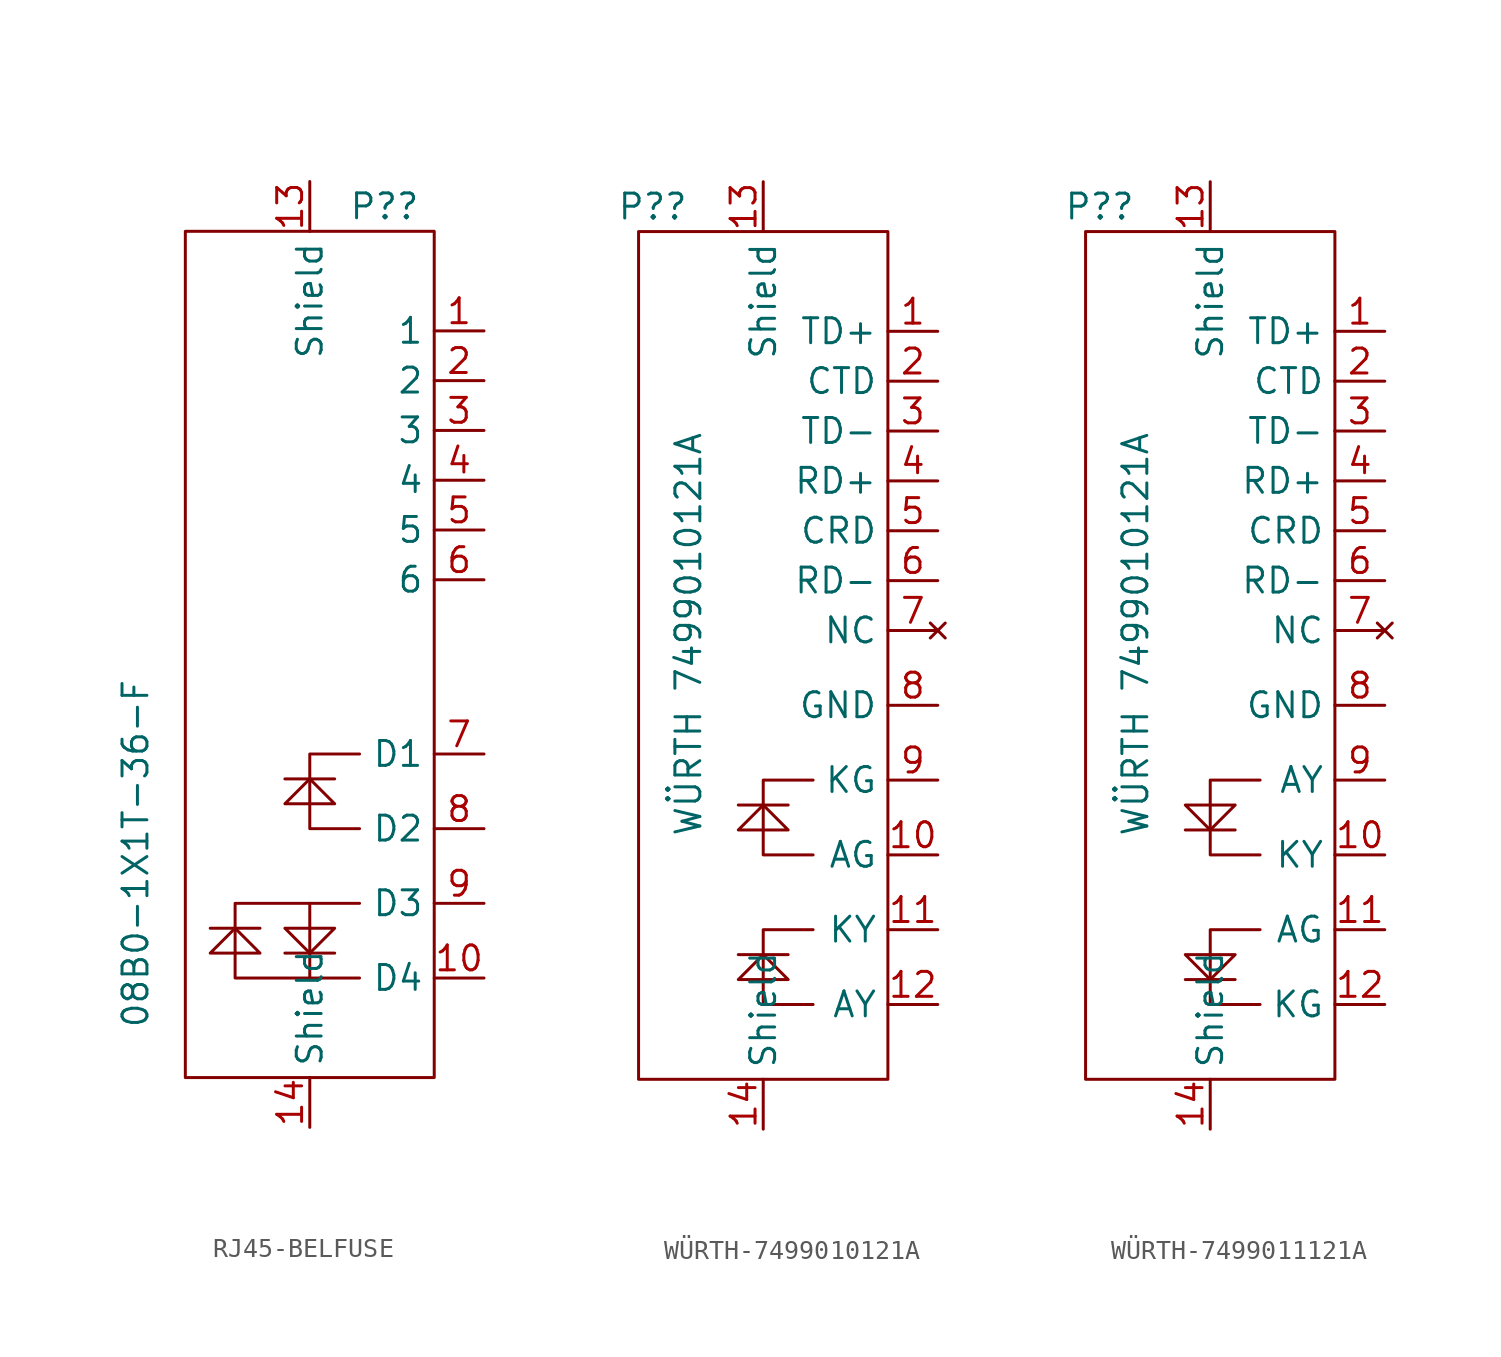
<source format=kicad_sym>
(kicad_symbol_lib
  (version 20220914)
  (generator kicad_symbol_editor)
  (symbol "RJ45-BELFUSE"
    (property "Reference" "P?"
      (at 3.81 21.59 0)
      (effects (font (size 1.27 1.27))))
    (property "Value" "08B0-1X1T-36-F"
      (at -8.89 -11.43 90)
      (effects (font (size 1.27 1.27))))
    (symbol "RJ45-BELFUSE_0_1"
      (rectangle (start -6.35 20.32) (end 6.35 -22.86) (stroke (width 0) (type default)) (fill (type none)))
      (polyline (pts (xy -5.08 -15.24) (xy -2.54 -15.24)) (stroke (width 0) (type default)) (fill (type none)))
      (polyline (pts (xy -1.27 -16.51) (xy 1.27 -16.51)) (stroke (width 0) (type default)) (fill (type none)))
      (polyline (pts (xy -1.27 -7.62) (xy 1.27 -7.62)) (stroke (width 0) (type default)) (fill (type none)))
      (polyline (pts (xy -5.08 -16.51) (xy -2.54 -16.51) (xy -3.81 -15.24) (xy -5.08 -16.51)) (stroke (width 0) (type default)) (fill (type none)))
      (polyline (pts (xy -1.27 -15.24) (xy 1.27 -15.24) (xy 0 -16.51) (xy -1.27 -15.24)) (stroke (width 0) (type default)) (fill (type none)))
      (polyline (pts (xy -1.27 -8.89) (xy 1.27 -8.89) (xy 0 -7.62) (xy -1.27 -8.89)) (stroke (width 0) (type default)) (fill (type none)))
      (polyline (pts (xy 0 -17.78) (xy -3.81 -17.78) (xy -3.81 -13.97) (xy 0 -13.97)) (stroke (width 0) (type default)) (fill (type none)))
      (polyline (pts (xy 2.54 -13.97) (xy 0 -13.97) (xy 0 -17.78) (xy 2.54 -17.78)) (stroke (width 0) (type default)) (fill (type none)))
      (polyline (pts (xy 2.54 -10.16) (xy 0 -10.16) (xy 0 -6.35) (xy 2.54 -6.35)) (stroke (width 0) (type default)) (fill (type none))))
    (symbol "RJ45-BELFUSE_1_1"
      (pin passive line (at 8.89 15.24 180) (length 2.54) (name "1" (effects (font (size 1.27 1.27)))) (number "1" (effects (font (size 1.27 1.27)))))
      (pin passive line (at 8.89 -17.78 180) (length 2.54) (name "D4" (effects (font (size 1.27 1.27)))) (number "10" (effects (font (size 1.27 1.27)))))
      (pin passive line (at 0 22.86 270) (length 2.54) (name "Shield" (effects (font (size 1.27 1.27)))) (number "13" (effects (font (size 1.27 1.27)))))
      (pin passive line (at 0 -25.4 90) (length 2.54) (name "Shield" (effects (font (size 1.27 1.27)))) (number "14" (effects (font (size 1.27 1.27)))))
      (pin passive line (at 8.89 12.7 180) (length 2.54) (name "2" (effects (font (size 1.27 1.27)))) (number "2" (effects (font (size 1.27 1.27)))))
      (pin passive line (at 8.89 10.16 180) (length 2.54) (name "3" (effects (font (size 1.27 1.27)))) (number "3" (effects (font (size 1.27 1.27)))))
      (pin passive line (at 8.89 7.62 180) (length 2.54) (name "4" (effects (font (size 1.27 1.27)))) (number "4" (effects (font (size 1.27 1.27)))))
      (pin passive line (at 8.89 5.08 180) (length 2.54) (name "5" (effects (font (size 1.27 1.27)))) (number "5" (effects (font (size 1.27 1.27)))))
      (pin passive line (at 8.89 2.54 180) (length 2.54) (name "6" (effects (font (size 1.27 1.27)))) (number "6" (effects (font (size 1.27 1.27)))))
      (pin passive line (at 8.89 -6.35 180) (length 2.54) (name "D1" (effects (font (size 1.27 1.27)))) (number "7" (effects (font (size 1.27 1.27)))))
      (pin passive line (at 8.89 -10.16 180) (length 2.54) (name "D2" (effects (font (size 1.27 1.27)))) (number "8" (effects (font (size 1.27 1.27)))))
      (pin passive line (at 8.89 -13.97 180) (length 2.54) (name "D3" (effects (font (size 1.27 1.27)))) (number "9" (effects (font (size 1.27 1.27)))))))
  (symbol "WÜRTH-7499010121A"
    (property "Reference" "P?"
      (at -3.81 21.59 0)
      (effects (font (size 1.27 1.27)) (justify right)))
    (property "Value" "WÜRTH 7499010121A"
      (at -3.81 10.16 90)
      (effects (font (size 1.27 1.27)) (justify right)))
    (symbol "WÜRTH-7499010121A_0_1"
      (rectangle (start -6.35 20.32) (end 6.35 -22.86) (stroke (width 0) (type default)) (fill (type none)))
      (polyline (pts (xy -1.27 -16.51) (xy 1.27 -16.51)) (stroke (width 0) (type default)) (fill (type none)))
      (polyline (pts (xy -1.27 -8.89) (xy 1.27 -8.89)) (stroke (width 0) (type default)) (fill (type none)))
      (polyline (pts (xy -1.27 -17.78) (xy 1.27 -17.78) (xy 0 -16.51) (xy -1.27 -17.78)) (stroke (width 0) (type default)) (fill (type none)))
      (polyline (pts (xy -1.27 -10.16) (xy 1.27 -10.16) (xy 0 -8.89) (xy -1.27 -10.16)) (stroke (width 0) (type default)) (fill (type none)))
      (polyline (pts (xy 2.54 -19.05) (xy 0 -19.05) (xy 0 -15.24) (xy 2.54 -15.24)) (stroke (width 0) (type default)) (fill (type none)))
      (polyline (pts (xy 2.54 -11.43) (xy 0 -11.43) (xy 0 -7.62) (xy 2.54 -7.62)) (stroke (width 0) (type default)) (fill (type none))))
    (symbol "WÜRTH-7499010121A_1_1"
      (pin passive line (at 8.89 15.24 180) (length 2.54) (name "TD+" (effects (font (size 1.27 1.27)))) (number "1" (effects (font (size 1.27 1.27)))))
      (pin passive line (at 8.89 -11.43 180) (length 2.54) (name "AG" (effects (font (size 1.27 1.27)))) (number "10" (effects (font (size 1.27 1.27)))))
      (pin passive line (at 8.89 -15.24 180) (length 2.54) (name "KY" (effects (font (size 1.27 1.27)))) (number "11" (effects (font (size 1.27 1.27)))))
      (pin passive line (at 8.89 -19.05 180) (length 2.54) (name "AY" (effects (font (size 1.27 1.27)))) (number "12" (effects (font (size 1.27 1.27)))))
      (pin passive line (at 0 22.86 270) (length 2.54) (name "Shield" (effects (font (size 1.27 1.27)))) (number "13" (effects (font (size 1.27 1.27)))))
      (pin passive line (at 0 -25.4 90) (length 2.54) (name "Shield" (effects (font (size 1.27 1.27)))) (number "14" (effects (font (size 1.27 1.27)))))
      (pin passive line (at 8.89 12.7 180) (length 2.54) (name "CTD" (effects (font (size 1.27 1.27)))) (number "2" (effects (font (size 1.27 1.27)))))
      (pin passive line (at 8.89 10.16 180) (length 2.54) (name "TD-" (effects (font (size 1.27 1.27)))) (number "3" (effects (font (size 1.27 1.27)))))
      (pin passive line (at 8.89 7.62 180) (length 2.54) (name "RD+" (effects (font (size 1.27 1.27)))) (number "4" (effects (font (size 1.27 1.27)))))
      (pin passive line (at 8.89 5.08 180) (length 2.54) (name "CRD" (effects (font (size 1.27 1.27)))) (number "5" (effects (font (size 1.27 1.27)))))
      (pin passive line (at 8.89 2.54 180) (length 2.54) (name "RD-" (effects (font (size 1.27 1.27)))) (number "6" (effects (font (size 1.27 1.27)))))
      (pin no_connect line (at 8.89 0 180) (length 2.54) (name "NC" (effects (font (size 1.27 1.27)))) (number "7" (effects (font (size 1.27 1.27)))))
      (pin passive line (at 8.89 -3.81 180) (length 2.54) (name "GND" (effects (font (size 1.27 1.27)))) (number "8" (effects (font (size 1.27 1.27)))))
      (pin passive line (at 8.89 -7.62 180) (length 2.54) (name "KG" (effects (font (size 1.27 1.27)))) (number "9" (effects (font (size 1.27 1.27)))))))
  (symbol "WÜRTH-7499011121A"
    (property "Reference" "P?"
      (at -3.81 21.59 0)
      (effects (font (size 1.27 1.27)) (justify right)))
    (property "Value" "WÜRTH 7499010121A"
      (at -3.81 10.16 90)
      (effects (font (size 1.27 1.27)) (justify right)))
    (symbol "WÜRTH-7499011121A_0_1"
      (rectangle (start -6.35 20.32) (end 6.35 -22.86) (stroke (width 0) (type default)) (fill (type none)))
      (polyline (pts (xy -1.27 -17.78) (xy 1.27 -17.78)) (stroke (width 0) (type default)) (fill (type none)))
      (polyline (pts (xy -1.27 -10.16) (xy 1.27 -10.16)) (stroke (width 0) (type default)) (fill (type none)))
      (polyline (pts (xy -1.27 -16.51) (xy 1.27 -16.51) (xy 0 -17.78) (xy -1.27 -16.51)) (stroke (width 0) (type default)) (fill (type none)))
      (polyline (pts (xy -1.27 -8.89) (xy 1.27 -8.89) (xy 0 -10.16) (xy -1.27 -8.89)) (stroke (width 0) (type default)) (fill (type none)))
      (polyline (pts (xy 2.54 -15.24) (xy 0 -15.24) (xy 0 -19.05) (xy 2.54 -19.05)) (stroke (width 0) (type default)) (fill (type none)))
      (polyline (pts (xy 2.54 -7.62) (xy 0 -7.62) (xy 0 -11.43) (xy 2.54 -11.43)) (stroke (width 0) (type default)) (fill (type none))))
    (symbol "WÜRTH-7499011121A_1_1"
      (pin passive line (at 8.89 15.24 180) (length 2.54) (name "TD+" (effects (font (size 1.27 1.27)))) (number "1" (effects (font (size 1.27 1.27)))))
      (pin passive line (at 8.89 -11.43 180) (length 2.54) (name "KY" (effects (font (size 1.27 1.27)))) (number "10" (effects (font (size 1.27 1.27)))))
      (pin passive line (at 8.89 -15.24 180) (length 2.54) (name "AG" (effects (font (size 1.27 1.27)))) (number "11" (effects (font (size 1.27 1.27)))))
      (pin passive line (at 8.89 -19.05 180) (length 2.54) (name "KG" (effects (font (size 1.27 1.27)))) (number "12" (effects (font (size 1.27 1.27)))))
      (pin passive line (at 0 22.86 270) (length 2.54) (name "Shield" (effects (font (size 1.27 1.27)))) (number "13" (effects (font (size 1.27 1.27)))))
      (pin passive line (at 0 -25.4 90) (length 2.54) (name "Shield" (effects (font (size 1.27 1.27)))) (number "14" (effects (font (size 1.27 1.27)))))
      (pin passive line (at 8.89 12.7 180) (length 2.54) (name "CTD" (effects (font (size 1.27 1.27)))) (number "2" (effects (font (size 1.27 1.27)))))
      (pin passive line (at 8.89 10.16 180) (length 2.54) (name "TD-" (effects (font (size 1.27 1.27)))) (number "3" (effects (font (size 1.27 1.27)))))
      (pin passive line (at 8.89 7.62 180) (length 2.54) (name "RD+" (effects (font (size 1.27 1.27)))) (number "4" (effects (font (size 1.27 1.27)))))
      (pin passive line (at 8.89 5.08 180) (length 2.54) (name "CRD" (effects (font (size 1.27 1.27)))) (number "5" (effects (font (size 1.27 1.27)))))
      (pin passive line (at 8.89 2.54 180) (length 2.54) (name "RD-" (effects (font (size 1.27 1.27)))) (number "6" (effects (font (size 1.27 1.27)))))
      (pin no_connect line (at 8.89 0 180) (length 2.54) (name "NC" (effects (font (size 1.27 1.27)))) (number "7" (effects (font (size 1.27 1.27)))))
      (pin passive line (at 8.89 -3.81 180) (length 2.54) (name "GND" (effects (font (size 1.27 1.27)))) (number "8" (effects (font (size 1.27 1.27)))))
      (pin passive line (at 8.89 -7.62 180) (length 2.54) (name "AY" (effects (font (size 1.27 1.27)))) (number "9" (effects (font (size 1.27 1.27))))))))
</source>
